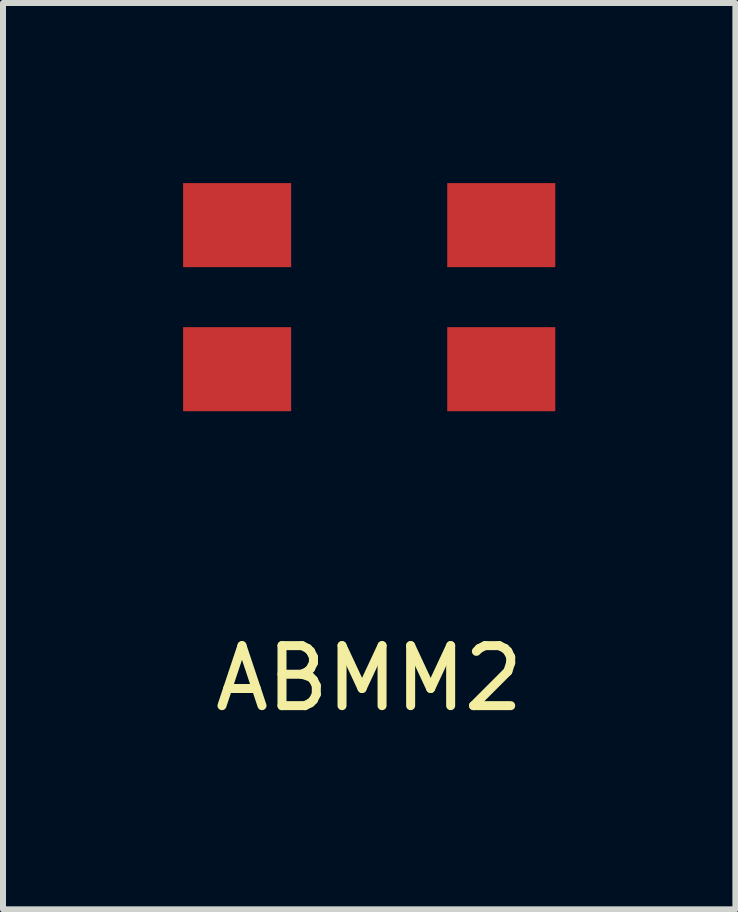
<source format=kicad_pcb>
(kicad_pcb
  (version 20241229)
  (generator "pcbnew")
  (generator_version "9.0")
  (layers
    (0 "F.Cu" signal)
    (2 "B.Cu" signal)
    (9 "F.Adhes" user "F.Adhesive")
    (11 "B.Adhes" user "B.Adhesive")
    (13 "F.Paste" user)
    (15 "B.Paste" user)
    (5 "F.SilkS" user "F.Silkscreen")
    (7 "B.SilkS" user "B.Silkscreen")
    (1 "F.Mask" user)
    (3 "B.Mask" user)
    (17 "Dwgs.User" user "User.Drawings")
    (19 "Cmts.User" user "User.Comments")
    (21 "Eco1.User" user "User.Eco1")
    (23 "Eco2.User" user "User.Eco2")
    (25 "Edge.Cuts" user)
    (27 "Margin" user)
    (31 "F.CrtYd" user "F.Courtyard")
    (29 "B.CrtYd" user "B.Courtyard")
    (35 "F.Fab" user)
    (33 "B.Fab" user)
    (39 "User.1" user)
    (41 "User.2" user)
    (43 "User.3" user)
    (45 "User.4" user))
  (footprint "ABMM2"
    (layer "F.Cu")
    (at 3.1 1.9)
    (property "Reference" "ABMM2" (at 0 6.35 0) (layer "F.SilkS") (effects (font (size 1 1) (thickness 0.15))))
    (attr through_hole)
    (pad "1" smd rect (at -2.2 1.2) (size 1.8 1.4) (layers "F.Cu" "F.Mask" "F.Paste"))
    (pad "2" smd rect (at 2.2 1.2) (size 1.8 1.4) (layers "F.Cu" "F.Mask" "F.Paste"))
    (pad "3" smd rect (at 2.2 -1.2) (size 1.8 1.4) (layers "F.Cu" "F.Mask" "F.Paste"))
    (pad "4" smd rect (at -2.2 -1.2) (size 1.8 1.4) (layers "F.Cu" "F.Mask" "F.Paste")))
  (gr_rect
    (start -3 -3)
    (end 9.2 12.098)
    (stroke (width 0.1) (type default))
    (fill no)
    (layer "Edge.Cuts")))
</source>
